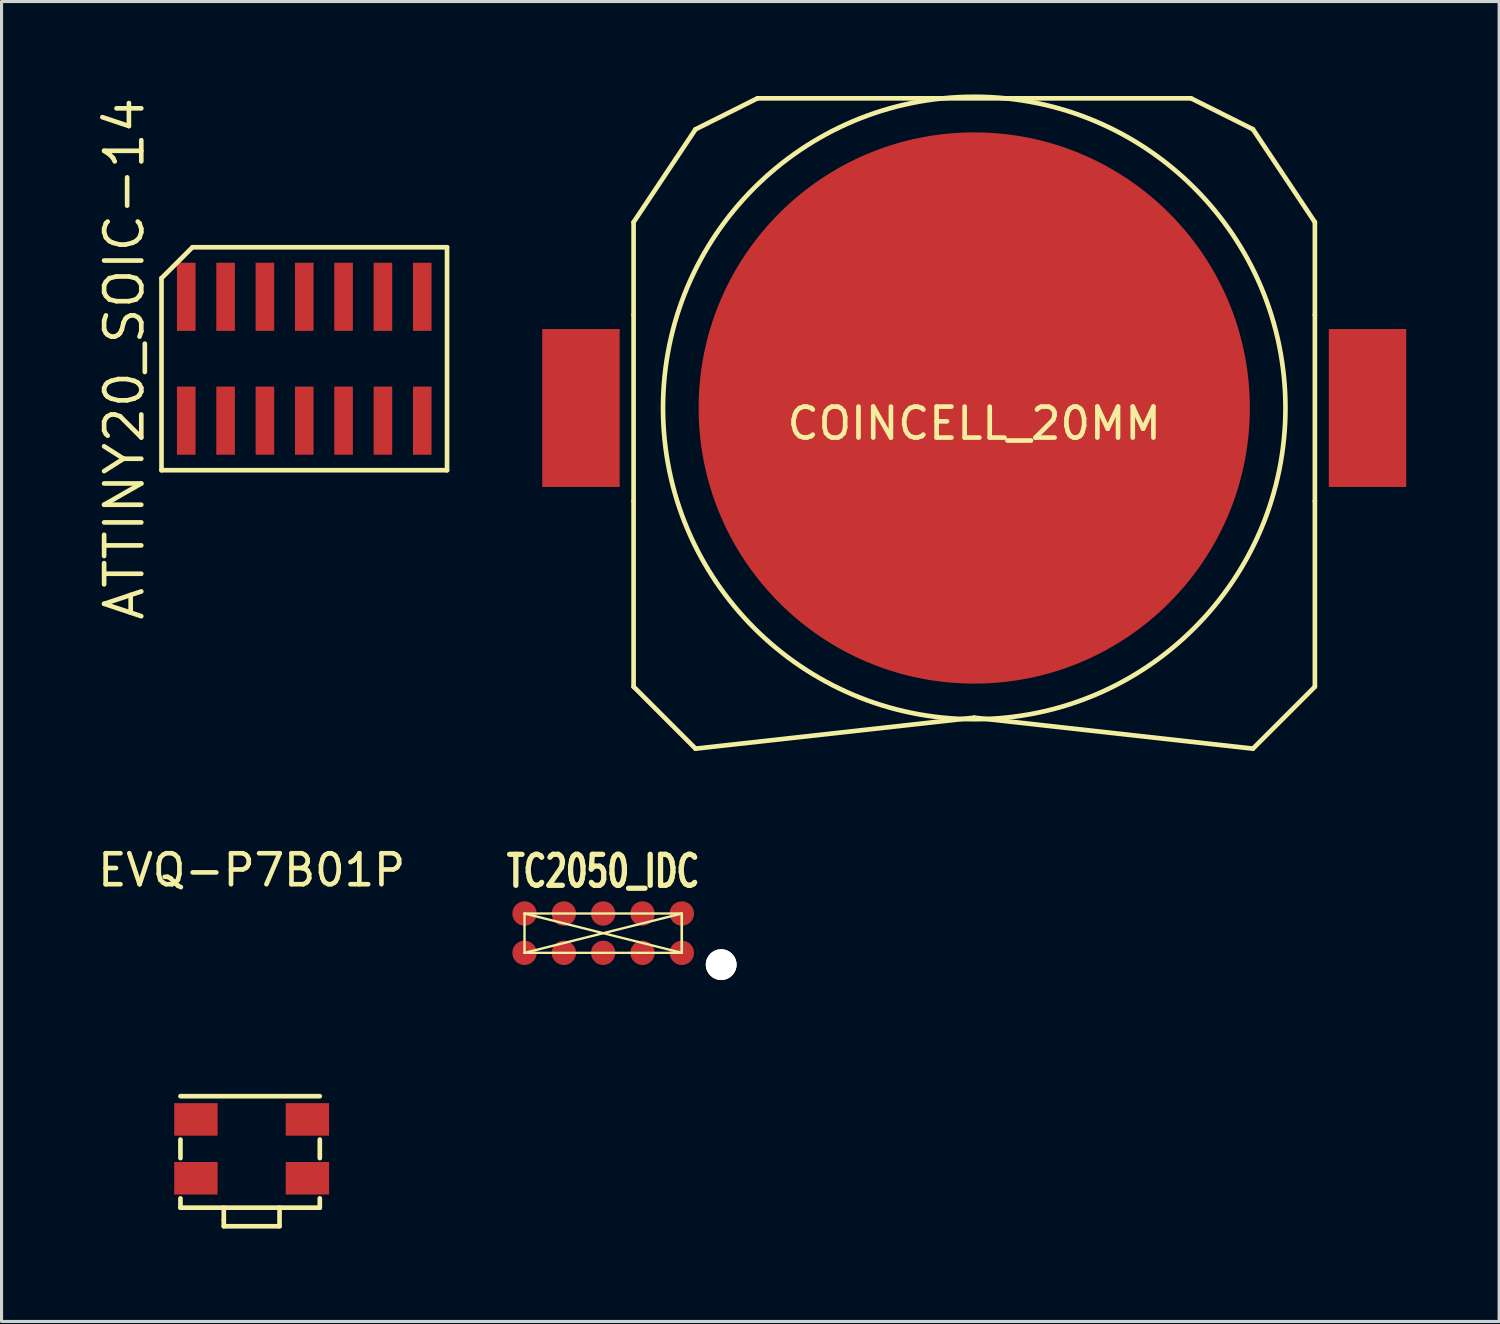
<source format=kicad_pcb>
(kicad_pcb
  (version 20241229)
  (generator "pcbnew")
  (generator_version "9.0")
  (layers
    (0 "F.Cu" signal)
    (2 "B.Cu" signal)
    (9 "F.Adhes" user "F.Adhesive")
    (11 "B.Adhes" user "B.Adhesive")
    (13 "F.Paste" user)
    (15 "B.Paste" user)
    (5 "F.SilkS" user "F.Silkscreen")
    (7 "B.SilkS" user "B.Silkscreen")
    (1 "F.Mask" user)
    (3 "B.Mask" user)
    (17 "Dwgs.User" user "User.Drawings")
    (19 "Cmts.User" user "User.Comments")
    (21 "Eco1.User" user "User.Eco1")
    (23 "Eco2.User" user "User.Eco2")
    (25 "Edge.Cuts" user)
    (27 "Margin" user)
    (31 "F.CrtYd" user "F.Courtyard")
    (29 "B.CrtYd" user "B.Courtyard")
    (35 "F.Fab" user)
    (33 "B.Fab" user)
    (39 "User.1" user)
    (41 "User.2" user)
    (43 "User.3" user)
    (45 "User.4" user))
  (footprint "COINCELL_20MM"
    (layer "F.Cu")
    (at 28.41 10.125)
    (property "Reference" "COINCELL_20MM" (at 0 0.5 0) (layer "F.SilkS") (effects (font (size 1 1) (thickness 0.15))))
    (attr through_hole)
    (fp_line (start -11 -6) (end -11 -3) (stroke (width 0.15) (type solid)) (layer "F.SilkS"))
    (fp_line (start -11 -6) (end -9 -9) (stroke (width 0.15) (type solid)) (layer "F.SilkS"))
    (fp_line (start -11 -3) (end -11 3) (stroke (width 0.15) (type solid)) (layer "F.SilkS"))
    (fp_line (start -11 3) (end -11 9) (stroke (width 0.15) (type solid)) (layer "F.SilkS"))
    (fp_line (start -11 9) (end -9 11) (stroke (width 0.15) (type solid)) (layer "F.SilkS"))
    (fp_line (start -9 -9) (end -7 -10) (stroke (width 0.15) (type solid)) (layer "F.SilkS"))
    (fp_line (start -9 11) (end 0 10) (stroke (width 0.15) (type solid)) (layer "F.SilkS"))
    (fp_line (start -7 -10) (end 7 -10) (stroke (width 0.15) (type solid)) (layer "F.SilkS"))
    (fp_line (start 0 10) (end 9 11) (stroke (width 0.15) (type solid)) (layer "F.SilkS"))
    (fp_line (start 7 -10) (end 9 -9) (stroke (width 0.15) (type solid)) (layer "F.SilkS"))
    (fp_line (start 9 -9) (end 11 -6) (stroke (width 0.15) (type solid)) (layer "F.SilkS"))
    (fp_line (start 9 11) (end 11 9) (stroke (width 0.15) (type solid)) (layer "F.SilkS"))
    (fp_line (start 11 -6) (end 11 -3) (stroke (width 0.15) (type solid)) (layer "F.SilkS"))
    (fp_line (start 11 3) (end 11 -3) (stroke (width 0.15) (type solid)) (layer "F.SilkS"))
    (fp_line (start 11 9) (end 11 3) (stroke (width 0.15) (type solid)) (layer "F.SilkS"))
    (fp_circle (center 0 0) (end -1 10) (stroke (width 0.15) (type solid)) (fill no) (layer "F.SilkS"))
    (pad "1" smd rect (at -12.7 0) (size 2.5 5.1) (layers "F.Cu" "F.Mask" "F.Paste"))
    (pad "1" smd rect (at 12.7 0) (size 2.5 5.1) (layers "F.Cu" "F.Mask" "F.Paste"))
    (pad "2" smd circle (at 0 0) (size 17.8 17.8) (layers "F.Cu" "F.Mask" "F.Paste")))
  (footprint "TC2050_IDC"
    (layer "F.Cu")
    (at 16.428 27.084)
    (property "Reference" "TC2050_IDC" (at 0 -2 0) (layer "F.SilkS") (effects (font (size 1.001 0.701) (thickness 0.17))))
    (attr through_hole)
    (fp_line (start -2.54 -0.635) (end -2.54 0.635) (stroke (width 0.076) (type solid)) (layer "F.SilkS"))
    (fp_line (start -2.54 -0.635) (end 2.54 0.635) (stroke (width 0.076) (type solid)) (layer "F.SilkS"))
    (fp_line (start -2.54 0.635) (end 2.54 0.635) (stroke (width 0.076) (type solid)) (layer "F.SilkS"))
    (fp_line (start 2.54 -0.635) (end -2.54 -0.635) (stroke (width 0.076) (type solid)) (layer "F.SilkS"))
    (fp_line (start 2.54 -0.635) (end -2.54 0.635) (stroke (width 0.076) (type solid)) (layer "F.SilkS"))
    (fp_line (start 2.54 0.635) (end 2.54 -0.635) (stroke (width 0.076) (type solid)) (layer "F.SilkS"))
    (fp_line (start 2.54 0.635) (end 2.54 -0.635) (stroke (width 0.076) (type solid)) (layer "F.SilkS"))
    (pad "1" connect circle (at -2.54 0.635) (size 0.787 0.787) (layers "F.Cu" "F.Mask"))
    (pad "2" connect circle (at -1.27 0.635) (size 0.787 0.787) (layers "F.Cu" "F.Mask"))
    (pad "3" connect circle (at 0 0.635) (size 0.787 0.787) (layers "F.Cu" "F.Mask"))
    (pad "4" connect circle (at 1.27 0.635) (size 0.787 0.787) (layers "F.Cu" "F.Mask"))
    (pad "5" connect circle (at 2.54 0.635) (size 0.787 0.787) (layers "F.Cu" "F.Mask"))
    (pad "6" connect circle (at 2.54 -0.635) (size 0.787 0.787) (layers "F.Cu" "F.Mask"))
    (pad "7" connect circle (at 1.27 -0.635) (size 0.787 0.787) (layers "F.Cu" "F.Mask"))
    (pad "8" connect circle (at 0 -0.635) (size 0.787 0.787) (layers "F.Cu" "F.Mask"))
    (pad "9" connect circle (at -1.27 -0.635) (size 0.787 0.787) (layers "F.Cu" "F.Mask"))
    (pad "10" connect circle (at -2.54 -0.635) (size 0.787 0.787) (layers "F.Cu" "F.Mask"))
    (pad "12" thru_hole circle (at 3.81 1.016) (size 0.991 0.991) (drill 0.991) (layers "*.Cu" "*.Mask" "F.SilkS")))
  (footprint "EVQ-P7B01P"
    (layer "F.Cu")
    (at 5.077 34.048)
    (property "Reference" "EVQ-P7B01P" (at 0 -9 0) (layer "F.SilkS") (effects (font (size 1 1) (thickness 0.15))))
    (attr through_hole)
    (fp_line (start -2.3 -1.7) (end 2.2 -1.7) (stroke (width 0.15) (type solid)) (layer "F.SilkS"))
    (fp_line (start -2.3 -0.3) (end -2.3 0.3) (stroke (width 0.15) (type solid)) (layer "F.SilkS"))
    (fp_line (start -2.3 1.6) (end -2.3 1.9) (stroke (width 0.15) (type solid)) (layer "F.SilkS"))
    (fp_line (start -2.3 1.9) (end 2.2 1.9) (stroke (width 0.15) (type solid)) (layer "F.SilkS"))
    (fp_line (start -0.9 1.9) (end -0.9 2.3) (stroke (width 0.15) (type solid)) (layer "F.SilkS"))
    (fp_line (start -0.9 2.3) (end -0.9 2.5) (stroke (width 0.15) (type solid)) (layer "F.SilkS"))
    (fp_line (start -0.9 2.5) (end 0.9 2.5) (stroke (width 0.15) (type solid)) (layer "F.SilkS"))
    (fp_line (start 0.9 2.5) (end 0.9 1.9) (stroke (width 0.15) (type solid)) (layer "F.SilkS"))
    (fp_line (start 2.2 -0.3) (end 2.2 0.3) (stroke (width 0.15) (type solid)) (layer "F.SilkS"))
    (fp_line (start 2.2 1.9) (end 2.2 1.6) (stroke (width 0.15) (type solid)) (layer "F.SilkS"))
    (pad "1" smd rect (at -1.8 -0.95) (size 1.4 1.05) (layers "F.Cu" "F.Mask" "F.Paste"))
    (pad "1" smd rect (at 1.8 -0.95) (size 1.4 1.05) (layers "F.Cu" "F.Mask" "F.Paste"))
    (pad "2" smd rect (at -1.8 0.95) (size 1.4 1.05) (layers "F.Cu" "F.Mask" "F.Paste"))
    (pad "2" smd rect (at 1.8 0.95) (size 1.4 1.05) (layers "F.Cu" "F.Mask" "F.Paste")))
  (footprint "ATTINY20_SOIC-14"
    (layer "F.Cu")
    (at 6.775 8.534)
    (property "Reference" "ATTINY20_SOIC-14" (at -5.81 0 90) (layer "F.SilkS") (effects (font (size 1.2 1.2) (thickness 0.15))))
    (attr through_hole)
    (fp_line (start -4.61 -2.6) (end -4.61 3.6) (stroke (width 0.15) (type solid)) (layer "F.SilkS"))
    (fp_line (start -4.61 3.6) (end 4.61 3.6) (stroke (width 0.15) (type solid)) (layer "F.SilkS"))
    (fp_line (start -3.61 -3.6) (end -4.61 -2.6) (stroke (width 0.15) (type solid)) (layer "F.SilkS"))
    (fp_line (start 4.61 -3.6) (end -3.61 -3.6) (stroke (width 0.15) (type solid)) (layer "F.SilkS"))
    (fp_line (start 4.61 3.6) (end 4.61 -3.6) (stroke (width 0.15) (type solid)) (layer "F.SilkS"))
    (pad "1" smd rect (at -3.81 2) (size 0.6 2.2) (layers "F.Cu" "F.Mask" "F.Paste"))
    (pad "2" smd rect (at -2.54 2) (size 0.6 2.2) (layers "F.Cu" "F.Mask" "F.Paste"))
    (pad "3" smd rect (at -1.27 2) (size 0.6 2.2) (layers "F.Cu" "F.Mask" "F.Paste"))
    (pad "4" smd rect (at 0 2) (size 0.6 2.2) (layers "F.Cu" "F.Mask" "F.Paste"))
    (pad "5" smd rect (at 1.27 2) (size 0.6 2.2) (layers "F.Cu" "F.Mask" "F.Paste"))
    (pad "6" smd rect (at 2.54 2) (size 0.6 2.2) (layers "F.Cu" "F.Mask" "F.Paste"))
    (pad "7" smd rect (at 3.81 2) (size 0.6 2.2) (layers "F.Cu" "F.Mask" "F.Paste"))
    (pad "8" smd rect (at 3.81 -2) (size 0.6 2.2) (layers "F.Cu" "F.Mask" "F.Paste"))
    (pad "9" smd rect (at 2.54 -2) (size 0.6 2.2) (layers "F.Cu" "F.Mask" "F.Paste"))
    (pad "10" smd rect (at 1.27 -2) (size 0.6 2.2) (layers "F.Cu" "F.Mask" "F.Paste"))
    (pad "11" smd rect (at 0 -2) (size 0.6 2.2) (layers "F.Cu" "F.Mask" "F.Paste"))
    (pad "12" smd rect (at -1.27 -2) (size 0.6 2.2) (layers "F.Cu" "F.Mask" "F.Paste"))
    (pad "13" smd rect (at -2.54 -2) (size 0.6 2.2) (layers "F.Cu" "F.Mask" "F.Paste"))
    (pad "14" smd rect (at -3.81 -2) (size 0.6 2.2) (layers "F.Cu" "F.Mask" "F.Paste")))
  (gr_rect
    (start -3 -3)
    (end 45.36 39.623)
    (stroke (width 0.1) (type default))
    (fill no)
    (layer "Edge.Cuts")))
</source>
